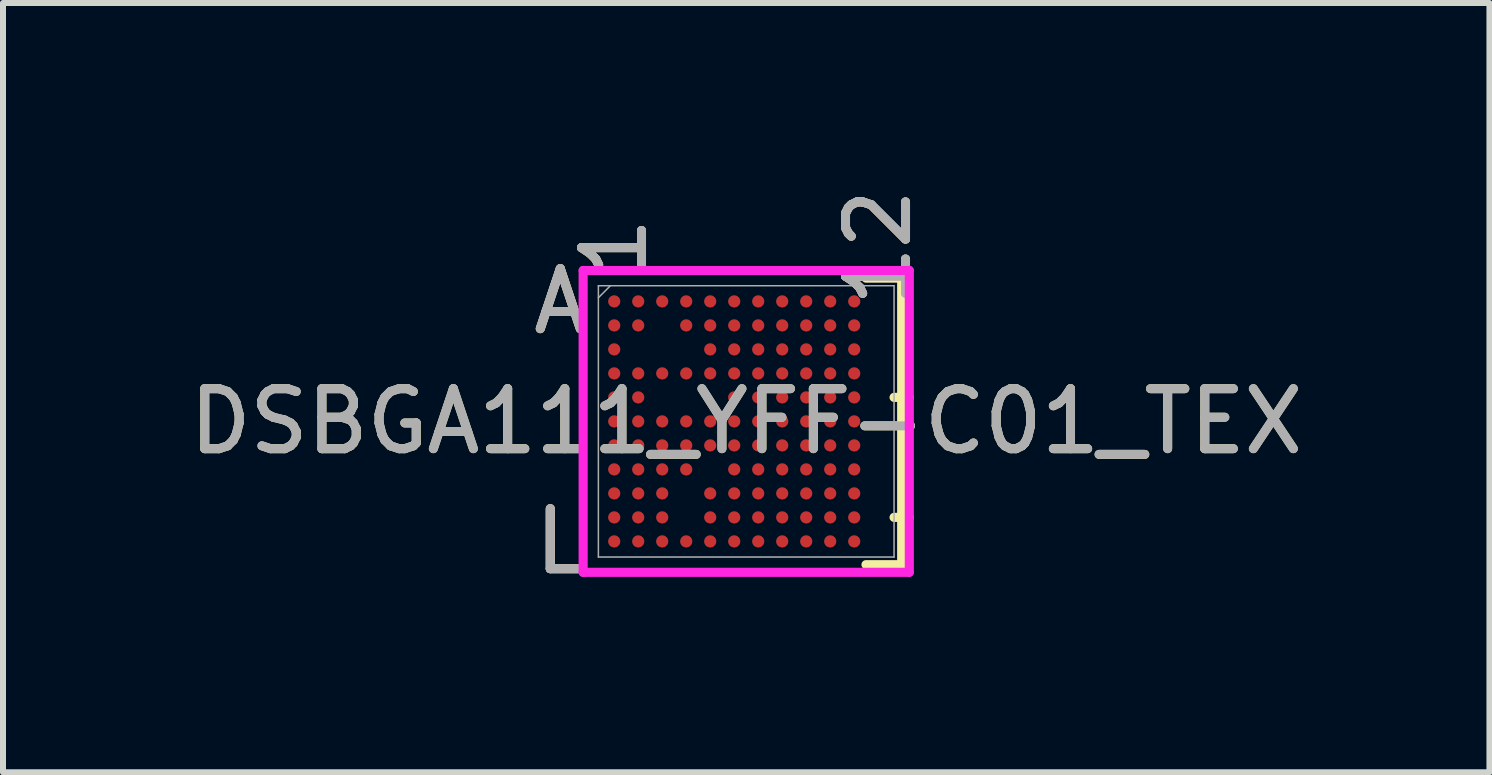
<source format=kicad_pcb>
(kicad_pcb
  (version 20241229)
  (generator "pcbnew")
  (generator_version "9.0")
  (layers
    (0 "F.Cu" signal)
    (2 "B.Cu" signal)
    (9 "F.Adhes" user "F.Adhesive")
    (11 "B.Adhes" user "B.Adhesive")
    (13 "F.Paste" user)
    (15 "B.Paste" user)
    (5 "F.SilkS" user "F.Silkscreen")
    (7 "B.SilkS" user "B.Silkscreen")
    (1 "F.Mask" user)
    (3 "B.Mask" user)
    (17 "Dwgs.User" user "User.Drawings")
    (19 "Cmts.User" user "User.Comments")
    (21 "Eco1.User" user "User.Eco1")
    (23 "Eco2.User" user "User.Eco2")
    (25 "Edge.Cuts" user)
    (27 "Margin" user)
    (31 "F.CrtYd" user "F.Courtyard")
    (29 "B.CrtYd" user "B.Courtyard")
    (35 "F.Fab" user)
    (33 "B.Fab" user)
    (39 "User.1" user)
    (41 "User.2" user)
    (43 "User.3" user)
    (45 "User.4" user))
  (footprint "DSBGA111_YFF-C01_TEX"
    (layer "F.Cu")
    (at 9.387 3.973)
    (property "Reference" "DSBGA111_YFF-C01_TEX" (at 0 0 0) (unlocked yes) (layer "F.SilkS") (effects (font (size 1 1) (thickness 0.15))))
    (attr smd)
    (fp_line (start 1.996 2.388) (end 2.591 2.388) (stroke (width 0.152) (type solid)) (layer "F.SilkS"))
    (fp_line (start 2.464 -0.4) (end 2.718 -0.4) (stroke (width 0.152) (type solid)) (layer "F.SilkS"))
    (fp_line (start 2.464 1.6) (end 2.718 1.6) (stroke (width 0.152) (type solid)) (layer "F.SilkS"))
    (fp_line (start 2.591 -2.388) (end 1.996 -2.388) (stroke (width 0.152) (type solid)) (layer "F.SilkS"))
    (fp_line (start 2.591 2.388) (end 2.591 -2.388) (stroke (width 0.152) (type solid)) (layer "F.SilkS"))
    (fp_poly (pts (xy -2.845 -2.645) (xy 2.845 -2.645) (xy 2.845 2.645) (xy -2.845 2.645)) (stroke (width 0.1) (type solid)) (fill no) (layer "Eco2.User"))
    (fp_line (start -2.718 -2.515) (end 2.718 -2.515) (stroke (width 0.152) (type solid)) (layer "F.CrtYd"))
    (fp_line (start -2.718 2.515) (end -2.718 -2.515) (stroke (width 0.152) (type solid)) (layer "F.CrtYd"))
    (fp_line (start 2.718 -2.515) (end 2.718 2.515) (stroke (width 0.152) (type solid)) (layer "F.CrtYd"))
    (fp_line (start 2.718 2.515) (end -2.718 2.515) (stroke (width 0.152) (type solid)) (layer "F.CrtYd"))
    (fp_line (start -2.464 -2.261) (end -2.464 2.261) (stroke (width 0.025) (type solid)) (layer "F.Fab"))
    (fp_line (start -2.464 2.261) (end 2.464 2.261) (stroke (width 0.025) (type solid)) (layer "F.Fab"))
    (fp_line (start -2.264 -2.261) (end -2.464 -2.061) (stroke (width 0.025) (type solid)) (layer "F.Fab"))
    (fp_line (start 2.464 -2.261) (end -2.464 -2.261) (stroke (width 0.025) (type solid)) (layer "F.Fab"))
    (fp_line (start 2.464 2.261) (end 2.464 -2.261) (stroke (width 0.025) (type solid)) (layer "F.Fab"))
    (fp_text user "L" (at -3.099 2 0) (unlocked yes) (layer "F.SilkS") (effects (font (size 1 1) (thickness 0.15))))
    (fp_text user "12" (at 2.2 -2.896 90) (unlocked yes) (layer "F.SilkS") (effects (font (size 1 1) (thickness 0.15))))
    (fp_text user "A" (at -3.099 -2 0) (unlocked yes) (layer "F.SilkS") (effects (font (size 1 1) (thickness 0.15))))
    (fp_text user "1" (at -2.2 -2.896 90) (unlocked yes) (layer "F.SilkS") (effects (font (size 1 1) (thickness 0.15))))
    (fp_text user "1" (at -2.2 -2.896 90) (unlocked yes) (layer "B.SilkS") (effects (font (size 1 1) (thickness 0.15))))
    (fp_text user "A" (at -3.099 -2 0) (unlocked yes) (layer "B.SilkS") (effects (font (size 1 1) (thickness 0.15))))
    (fp_text user "L" (at -3.099 2 0) (unlocked yes) (layer "B.SilkS") (effects (font (size 1 1) (thickness 0.15))))
    (fp_text user "12" (at 2.2 -2.896 90) (unlocked yes) (layer "B.SilkS") (effects (font (size 1 1) (thickness 0.15))))
    (fp_text user "12" (at 2.2 -2.896 90) (unlocked yes) (layer "F.Fab") (effects (font (size 1 1) (thickness 0.15))))
    (fp_text user "L" (at -3.099 2 0) (unlocked yes) (layer "F.Fab") (effects (font (size 1 1) (thickness 0.15))))
    (fp_text user "A" (at -3.099 -2 0) (unlocked yes) (layer "F.Fab") (effects (font (size 1 1) (thickness 0.15))))
    (fp_text user "1" (at -2.2 -2.896 90) (unlocked yes) (layer "F.Fab") (effects (font (size 1 1) (thickness 0.15))))
    (fp_text user "${REFERENCE}" (at 0 0 0) (unlocked yes) (layer "F.Fab") (effects (font (size 1 1) (thickness 0.15))))
    (pad "A1" smd circle (at -2.2 -2) (size 0.203 0.203) (layers "F.Cu" "F.Mask" "F.Paste"))
    (pad "A2" smd circle (at -1.8 -2) (size 0.203 0.203) (layers "F.Cu" "F.Mask" "F.Paste"))
    (pad "A3" smd circle (at -1.4 -2) (size 0.203 0.203) (layers "F.Cu" "F.Mask" "F.Paste"))
    (pad "A4" smd circle (at -1 -2) (size 0.203 0.203) (layers "F.Cu" "F.Mask" "F.Paste"))
    (pad "A5" smd circle (at -0.6 -2) (size 0.203 0.203) (layers "F.Cu" "F.Mask" "F.Paste"))
    (pad "A6" smd circle (at -0.2 -2) (size 0.203 0.203) (layers "F.Cu" "F.Mask" "F.Paste"))
    (pad "A7" smd circle (at 0.2 -2) (size 0.203 0.203) (layers "F.Cu" "F.Mask" "F.Paste"))
    (pad "A8" smd circle (at 0.6 -2) (size 0.203 0.203) (layers "F.Cu" "F.Mask" "F.Paste"))
    (pad "A9" smd circle (at 1 -2) (size 0.203 0.203) (layers "F.Cu" "F.Mask" "F.Paste"))
    (pad "A10" smd circle (at 1.4 -2) (size 0.203 0.203) (layers "F.Cu" "F.Mask" "F.Paste"))
    (pad "A11" smd circle (at 1.8 -2) (size 0.203 0.203) (layers "F.Cu" "F.Mask" "F.Paste"))
    (pad "B1" smd circle (at -2.2 -1.6) (size 0.203 0.203) (layers "F.Cu" "F.Mask" "F.Paste"))
    (pad "B2" smd circle (at -1.8 -1.6) (size 0.203 0.203) (layers "F.Cu" "F.Mask" "F.Paste"))
    (pad "B4" smd circle (at -1 -1.6) (size 0.203 0.203) (layers "F.Cu" "F.Mask" "F.Paste"))
    (pad "B5" smd circle (at -0.6 -1.6) (size 0.203 0.203) (layers "F.Cu" "F.Mask" "F.Paste"))
    (pad "B6" smd circle (at -0.2 -1.6) (size 0.203 0.203) (layers "F.Cu" "F.Mask" "F.Paste"))
    (pad "B7" smd circle (at 0.2 -1.6) (size 0.203 0.203) (layers "F.Cu" "F.Mask" "F.Paste"))
    (pad "B8" smd circle (at 0.6 -1.6) (size 0.203 0.203) (layers "F.Cu" "F.Mask" "F.Paste"))
    (pad "B9" smd circle (at 1 -1.6) (size 0.203 0.203) (layers "F.Cu" "F.Mask" "F.Paste"))
    (pad "B10" smd circle (at 1.4 -1.6) (size 0.203 0.203) (layers "F.Cu" "F.Mask" "F.Paste"))
    (pad "B11" smd circle (at 1.8 -1.6) (size 0.203 0.203) (layers "F.Cu" "F.Mask" "F.Paste"))
    (pad "C1" smd circle (at -2.2 -1.2) (size 0.203 0.203) (layers "F.Cu" "F.Mask" "F.Paste"))
    (pad "C5" smd circle (at -0.6 -1.2) (size 0.203 0.203) (layers "F.Cu" "F.Mask" "F.Paste"))
    (pad "C6" smd circle (at -0.2 -1.2) (size 0.203 0.203) (layers "F.Cu" "F.Mask" "F.Paste"))
    (pad "C7" smd circle (at 0.2 -1.2) (size 0.203 0.203) (layers "F.Cu" "F.Mask" "F.Paste"))
    (pad "C8" smd circle (at 0.6 -1.2) (size 0.203 0.203) (layers "F.Cu" "F.Mask" "F.Paste"))
    (pad "C9" smd circle (at 1 -1.2) (size 0.203 0.203) (layers "F.Cu" "F.Mask" "F.Paste"))
    (pad "C10" smd circle (at 1.4 -1.2) (size 0.203 0.203) (layers "F.Cu" "F.Mask" "F.Paste"))
    (pad "C11" smd circle (at 1.8 -1.2) (size 0.203 0.203) (layers "F.Cu" "F.Mask" "F.Paste"))
    (pad "D1" smd circle (at -2.2 -0.8) (size 0.203 0.203) (layers "F.Cu" "F.Mask" "F.Paste"))
    (pad "D2" smd circle (at -1.8 -0.8) (size 0.203 0.203) (layers "F.Cu" "F.Mask" "F.Paste"))
    (pad "D3" smd circle (at -1.4 -0.8) (size 0.203 0.203) (layers "F.Cu" "F.Mask" "F.Paste"))
    (pad "D4" smd circle (at -1 -0.8) (size 0.203 0.203) (layers "F.Cu" "F.Mask" "F.Paste"))
    (pad "D5" smd circle (at -0.6 -0.8) (size 0.203 0.203) (layers "F.Cu" "F.Mask" "F.Paste"))
    (pad "D6" smd circle (at -0.2 -0.8) (size 0.203 0.203) (layers "F.Cu" "F.Mask" "F.Paste"))
    (pad "D7" smd circle (at 0.2 -0.8) (size 0.203 0.203) (layers "F.Cu" "F.Mask" "F.Paste"))
    (pad "D8" smd circle (at 0.6 -0.8) (size 0.203 0.203) (layers "F.Cu" "F.Mask" "F.Paste"))
    (pad "D9" smd circle (at 1 -0.8) (size 0.203 0.203) (layers "F.Cu" "F.Mask" "F.Paste"))
    (pad "D10" smd circle (at 1.4 -0.8) (size 0.203 0.203) (layers "F.Cu" "F.Mask" "F.Paste"))
    (pad "D11" smd circle (at 1.8 -0.8) (size 0.203 0.203) (layers "F.Cu" "F.Mask" "F.Paste"))
    (pad "E1" smd circle (at -2.2 -0.4) (size 0.203 0.203) (layers "F.Cu" "F.Mask" "F.Paste"))
    (pad "E2" smd circle (at -1.8 -0.4) (size 0.203 0.203) (layers "F.Cu" "F.Mask" "F.Paste"))
    (pad "E6" smd circle (at -0.2 -0.4) (size 0.203 0.203) (layers "F.Cu" "F.Mask" "F.Paste"))
    (pad "E7" smd circle (at 0.2 -0.4) (size 0.203 0.203) (layers "F.Cu" "F.Mask" "F.Paste"))
    (pad "E8" smd circle (at 0.6 -0.4) (size 0.203 0.203) (layers "F.Cu" "F.Mask" "F.Paste"))
    (pad "E9" smd circle (at 1 -0.4) (size 0.203 0.203) (layers "F.Cu" "F.Mask" "F.Paste"))
    (pad "E10" smd circle (at 1.4 -0.4) (size 0.203 0.203) (layers "F.Cu" "F.Mask" "F.Paste"))
    (pad "E11" smd circle (at 1.8 -0.4) (size 0.203 0.203) (layers "F.Cu" "F.Mask" "F.Paste"))
    (pad "F1" smd circle (at -2.2 0) (size 0.203 0.203) (layers "F.Cu" "F.Mask" "F.Paste"))
    (pad "F2" smd circle (at -1.8 0) (size 0.203 0.203) (layers "F.Cu" "F.Mask" "F.Paste"))
    (pad "F3" smd circle (at -1.4 0) (size 0.203 0.203) (layers "F.Cu" "F.Mask" "F.Paste"))
    (pad "F4" smd circle (at -1 0) (size 0.203 0.203) (layers "F.Cu" "F.Mask" "F.Paste"))
    (pad "F5" smd circle (at -0.6 0) (size 0.203 0.203) (layers "F.Cu" "F.Mask" "F.Paste"))
    (pad "F6" smd circle (at -0.2 0) (size 0.203 0.203) (layers "F.Cu" "F.Mask" "F.Paste"))
    (pad "F7" smd circle (at 0.2 0) (size 0.203 0.203) (layers "F.Cu" "F.Mask" "F.Paste"))
    (pad "F8" smd circle (at 0.6 0) (size 0.203 0.203) (layers "F.Cu" "F.Mask" "F.Paste"))
    (pad "F9" smd circle (at 1 0) (size 0.203 0.203) (layers "F.Cu" "F.Mask" "F.Paste"))
    (pad "F10" smd circle (at 1.4 0) (size 0.203 0.203) (layers "F.Cu" "F.Mask" "F.Paste"))
    (pad "F11" smd circle (at 1.8 0) (size 0.203 0.203) (layers "F.Cu" "F.Mask" "F.Paste"))
    (pad "G1" smd circle (at -2.2 0.4) (size 0.203 0.203) (layers "F.Cu" "F.Mask" "F.Paste"))
    (pad "G2" smd circle (at -1.8 0.4) (size 0.203 0.203) (layers "F.Cu" "F.Mask" "F.Paste"))
    (pad "G3" smd circle (at -1.4 0.4) (size 0.203 0.203) (layers "F.Cu" "F.Mask" "F.Paste"))
    (pad "G4" smd circle (at -1 0.4) (size 0.203 0.203) (layers "F.Cu" "F.Mask" "F.Paste"))
    (pad "G5" smd circle (at -0.6 0.4) (size 0.203 0.203) (layers "F.Cu" "F.Mask" "F.Paste"))
    (pad "G6" smd circle (at -0.2 0.4) (size 0.203 0.203) (layers "F.Cu" "F.Mask" "F.Paste"))
    (pad "G7" smd circle (at 0.2 0.4) (size 0.203 0.203) (layers "F.Cu" "F.Mask" "F.Paste"))
    (pad "G8" smd circle (at 0.6 0.4) (size 0.203 0.203) (layers "F.Cu" "F.Mask" "F.Paste"))
    (pad "G9" smd circle (at 1 0.4) (size 0.203 0.203) (layers "F.Cu" "F.Mask" "F.Paste"))
    (pad "G10" smd circle (at 1.4 0.4) (size 0.203 0.203) (layers "F.Cu" "F.Mask" "F.Paste"))
    (pad "G11" smd circle (at 1.8 0.4) (size 0.203 0.203) (layers "F.Cu" "F.Mask" "F.Paste"))
    (pad "H1" smd circle (at -2.2 0.8) (size 0.203 0.203) (layers "F.Cu" "F.Mask" "F.Paste"))
    (pad "H2" smd circle (at -1.8 0.8) (size 0.203 0.203) (layers "F.Cu" "F.Mask" "F.Paste"))
    (pad "H3" smd circle (at -1.4 0.8) (size 0.203 0.203) (layers "F.Cu" "F.Mask" "F.Paste"))
    (pad "H4" smd circle (at -1 0.8) (size 0.203 0.203) (layers "F.Cu" "F.Mask" "F.Paste"))
    (pad "H6" smd circle (at -0.2 0.8) (size 0.203 0.203) (layers "F.Cu" "F.Mask" "F.Paste"))
    (pad "H7" smd circle (at 0.2 0.8) (size 0.203 0.203) (layers "F.Cu" "F.Mask" "F.Paste"))
    (pad "H8" smd circle (at 0.6 0.8) (size 0.203 0.203) (layers "F.Cu" "F.Mask" "F.Paste"))
    (pad "H9" smd circle (at 1 0.8) (size 0.203 0.203) (layers "F.Cu" "F.Mask" "F.Paste"))
    (pad "H10" smd circle (at 1.4 0.8) (size 0.203 0.203) (layers "F.Cu" "F.Mask" "F.Paste"))
    (pad "H11" smd circle (at 1.8 0.8) (size 0.203 0.203) (layers "F.Cu" "F.Mask" "F.Paste"))
    (pad "J1" smd circle (at -2.2 1.2) (size 0.203 0.203) (layers "F.Cu" "F.Mask" "F.Paste"))
    (pad "J2" smd circle (at -1.8 1.2) (size 0.203 0.203) (layers "F.Cu" "F.Mask" "F.Paste"))
    (pad "J3" smd circle (at -1.4 1.2) (size 0.203 0.203) (layers "F.Cu" "F.Mask" "F.Paste"))
    (pad "J5" smd circle (at -0.6 1.2) (size 0.203 0.203) (layers "F.Cu" "F.Mask" "F.Paste"))
    (pad "J6" smd circle (at -0.2 1.2) (size 0.203 0.203) (layers "F.Cu" "F.Mask" "F.Paste"))
    (pad "J7" smd circle (at 0.2 1.2) (size 0.203 0.203) (layers "F.Cu" "F.Mask" "F.Paste"))
    (pad "J8" smd circle (at 0.6 1.2) (size 0.203 0.203) (layers "F.Cu" "F.Mask" "F.Paste"))
    (pad "J9" smd circle (at 1 1.2) (size 0.203 0.203) (layers "F.Cu" "F.Mask" "F.Paste"))
    (pad "J10" smd circle (at 1.4 1.2) (size 0.203 0.203) (layers "F.Cu" "F.Mask" "F.Paste"))
    (pad "J11" smd circle (at 1.8 1.2) (size 0.203 0.203) (layers "F.Cu" "F.Mask" "F.Paste"))
    (pad "K1" smd circle (at -2.2 1.6) (size 0.203 0.203) (layers "F.Cu" "F.Mask" "F.Paste"))
    (pad "K2" smd circle (at -1.8 1.6) (size 0.203 0.203) (layers "F.Cu" "F.Mask" "F.Paste"))
    (pad "K3" smd circle (at -1.4 1.6) (size 0.203 0.203) (layers "F.Cu" "F.Mask" "F.Paste"))
    (pad "K5" smd circle (at -0.6 1.6) (size 0.203 0.203) (layers "F.Cu" "F.Mask" "F.Paste"))
    (pad "K6" smd circle (at -0.2 1.6) (size 0.203 0.203) (layers "F.Cu" "F.Mask" "F.Paste"))
    (pad "K7" smd circle (at 0.2 1.6) (size 0.203 0.203) (layers "F.Cu" "F.Mask" "F.Paste"))
    (pad "K8" smd circle (at 0.6 1.6) (size 0.203 0.203) (layers "F.Cu" "F.Mask" "F.Paste"))
    (pad "K9" smd circle (at 1 1.6) (size 0.203 0.203) (layers "F.Cu" "F.Mask" "F.Paste"))
    (pad "K10" smd circle (at 1.4 1.6) (size 0.203 0.203) (layers "F.Cu" "F.Mask" "F.Paste"))
    (pad "K11" smd circle (at 1.8 1.6) (size 0.203 0.203) (layers "F.Cu" "F.Mask" "F.Paste"))
    (pad "L1" smd circle (at -2.2 2) (size 0.203 0.203) (layers "F.Cu" "F.Mask" "F.Paste"))
    (pad "L2" smd circle (at -1.8 2) (size 0.203 0.203) (layers "F.Cu" "F.Mask" "F.Paste"))
    (pad "L3" smd circle (at -1.4 2) (size 0.203 0.203) (layers "F.Cu" "F.Mask" "F.Paste"))
    (pad "L4" smd circle (at -1 2) (size 0.203 0.203) (layers "F.Cu" "F.Mask" "F.Paste"))
    (pad "L5" smd circle (at -0.6 2) (size 0.203 0.203) (layers "F.Cu" "F.Mask" "F.Paste"))
    (pad "L6" smd circle (at -0.2 2) (size 0.203 0.203) (layers "F.Cu" "F.Mask" "F.Paste"))
    (pad "L7" smd circle (at 0.2 2) (size 0.203 0.203) (layers "F.Cu" "F.Mask" "F.Paste"))
    (pad "L8" smd circle (at 0.6 2) (size 0.203 0.203) (layers "F.Cu" "F.Mask" "F.Paste"))
    (pad "L9" smd circle (at 1 2) (size 0.203 0.203) (layers "F.Cu" "F.Mask" "F.Paste"))
    (pad "L10" smd circle (at 1.4 2) (size 0.203 0.203) (layers "F.Cu" "F.Mask" "F.Paste"))
    (pad "L11" smd circle (at 1.8 2) (size 0.203 0.203) (layers "F.Cu" "F.Mask" "F.Paste")))
  (gr_rect
    (start -3 -3)
    (end 21.774 9.821)
    (stroke (width 0.1) (type default))
    (fill no)
    (layer "Edge.Cuts")))
</source>
